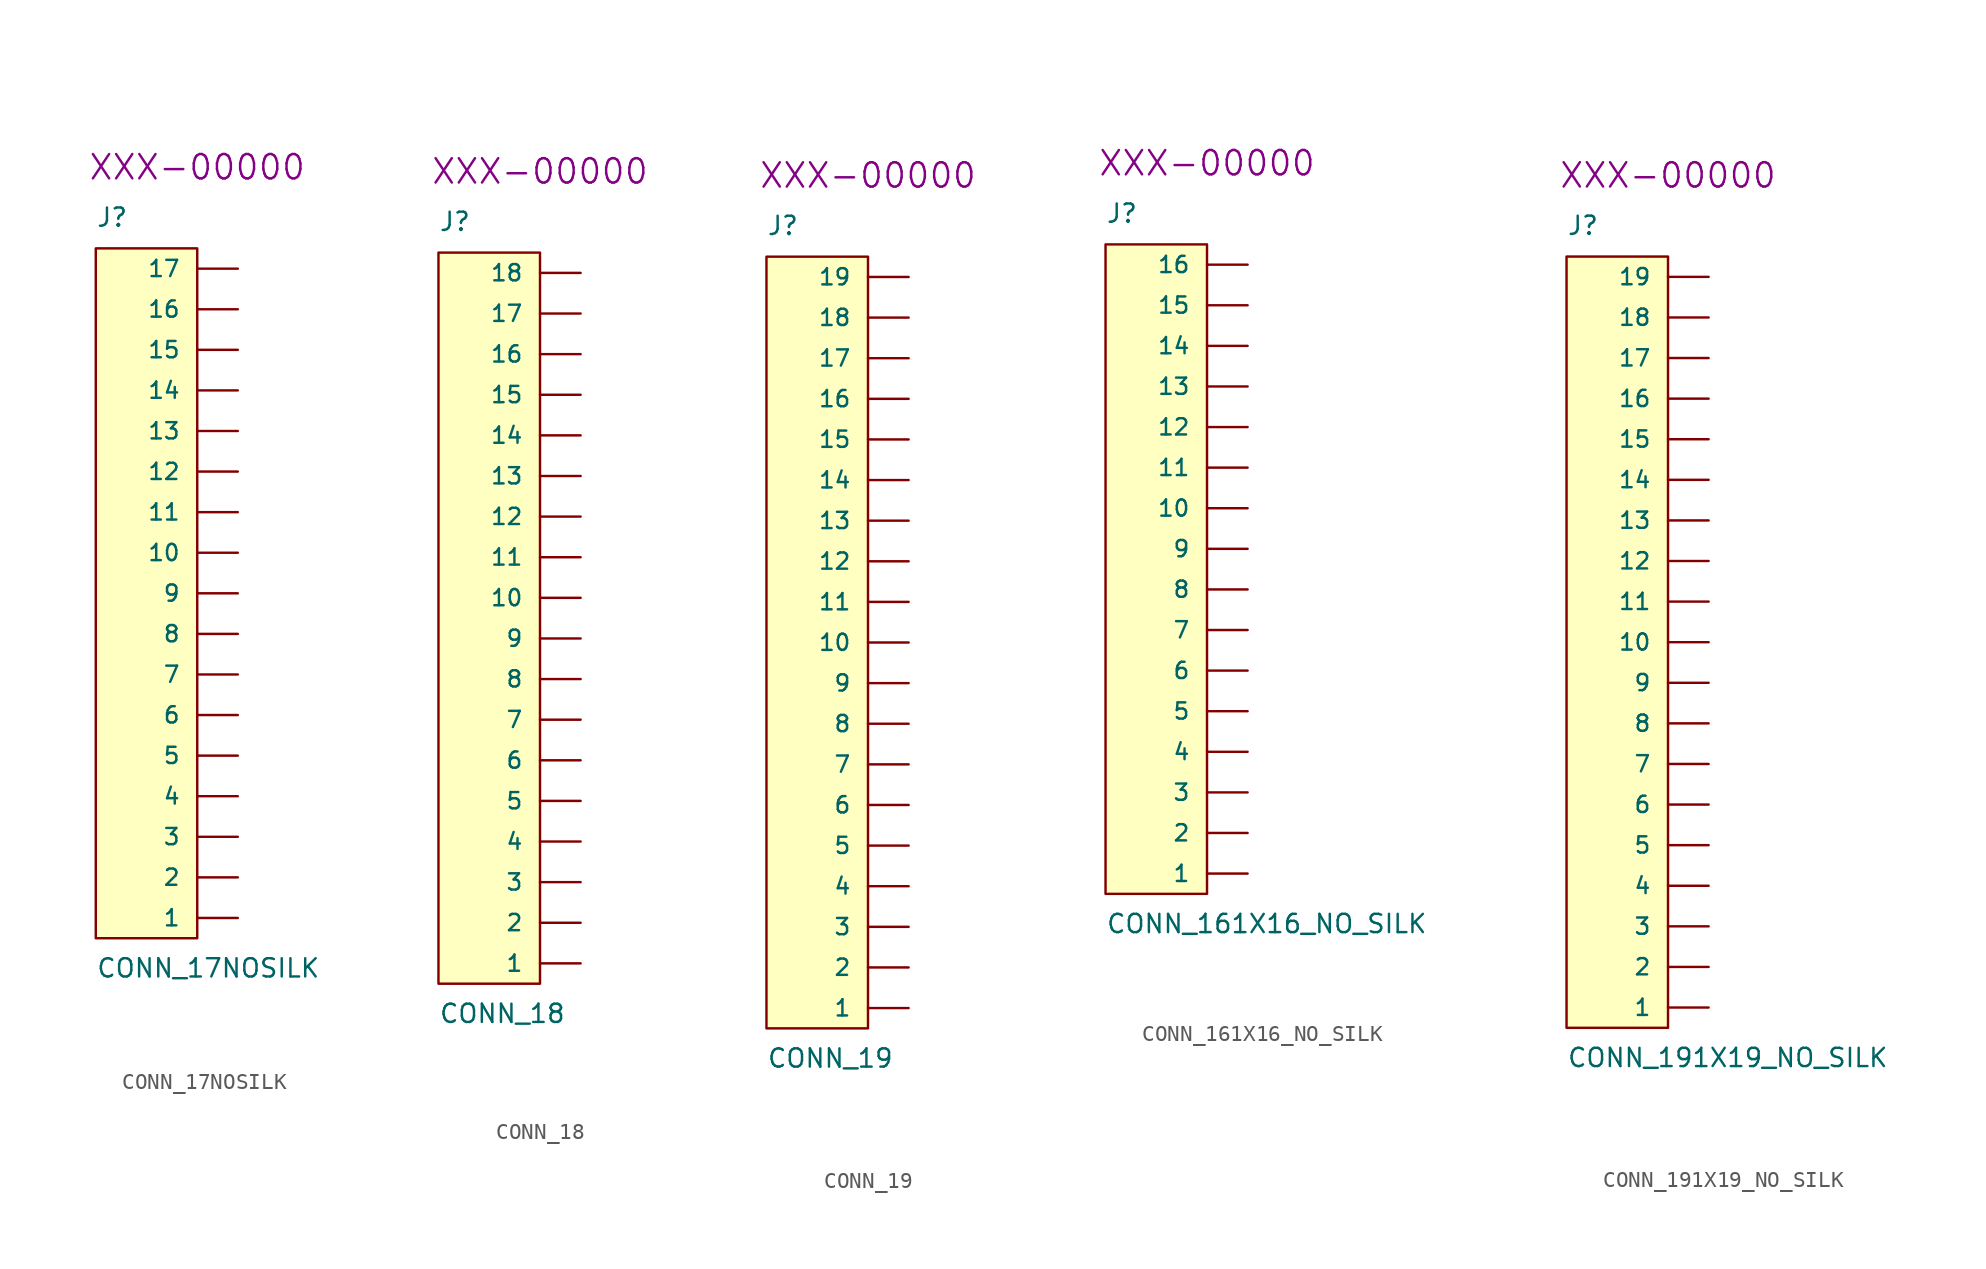
<source format=kicad_sym>
(kicad_symbol_lib
  (version 20220914)
  (generator kicad_symbol_editor)
  (symbol "CONN_17NOSILK"
    (pin_numbers hide)
    (pin_names
      (offset 1.016))
    (property "Reference" "J"
      (at -6.35 43.18 0)
      (effects (font (size 1.143 1.143)) (justify left bottom)))
    (property "Value" "CONN_17NOSILK"
      (at -6.35 -3.81 0)
      (effects (font (size 1.143 1.143)) (justify left bottom)))
    (property "Field4" "XXX-00000"
      (at 0 46.99 0)
      (effects (font (size 1.524 1.524))))
    (property "ki_locked" ""
      (at 0 0 0)
      (effects (font (size 1.27 1.27))))
    (symbol "CONN_17NOSILK_0_1"
      (rectangle (start 0 -1.27) (end -6.35 41.91) (stroke (width 0) (type solid)) (fill (type background))))
    (symbol "CONN_17NOSILK_1_1"
      (pin passive line (at 2.54 0 180) (length 2.54) (name "1" (effects (font (size 1.016 1.016)))) (number "1" (effects (font (size 1.016 1.016)))))
      (pin passive line (at 2.54 22.86 180) (length 2.54) (name "10" (effects (font (size 1.016 1.016)))) (number "10" (effects (font (size 1.016 1.016)))))
      (pin passive line (at 2.54 25.4 180) (length 2.54) (name "11" (effects (font (size 1.016 1.016)))) (number "11" (effects (font (size 1.016 1.016)))))
      (pin passive line (at 2.54 27.94 180) (length 2.54) (name "12" (effects (font (size 1.016 1.016)))) (number "12" (effects (font (size 1.016 1.016)))))
      (pin passive line (at 2.54 30.48 180) (length 2.54) (name "13" (effects (font (size 1.016 1.016)))) (number "13" (effects (font (size 1.016 1.016)))))
      (pin passive line (at 2.54 33.02 180) (length 2.54) (name "14" (effects (font (size 1.016 1.016)))) (number "14" (effects (font (size 1.016 1.016)))))
      (pin passive line (at 2.54 35.56 180) (length 2.54) (name "15" (effects (font (size 1.016 1.016)))) (number "15" (effects (font (size 1.016 1.016)))))
      (pin passive line (at 2.54 38.1 180) (length 2.54) (name "16" (effects (font (size 1.016 1.016)))) (number "16" (effects (font (size 1.016 1.016)))))
      (pin passive line (at 2.54 40.64 180) (length 2.54) (name "17" (effects (font (size 1.016 1.016)))) (number "17" (effects (font (size 1.016 1.016)))))
      (pin passive line (at 2.54 2.54 180) (length 2.54) (name "2" (effects (font (size 1.016 1.016)))) (number "2" (effects (font (size 1.016 1.016)))))
      (pin passive line (at 2.54 5.08 180) (length 2.54) (name "3" (effects (font (size 1.016 1.016)))) (number "3" (effects (font (size 1.016 1.016)))))
      (pin passive line (at 2.54 7.62 180) (length 2.54) (name "4" (effects (font (size 1.016 1.016)))) (number "4" (effects (font (size 1.016 1.016)))))
      (pin passive line (at 2.54 10.16 180) (length 2.54) (name "5" (effects (font (size 1.016 1.016)))) (number "5" (effects (font (size 1.016 1.016)))))
      (pin passive line (at 2.54 12.7 180) (length 2.54) (name "6" (effects (font (size 1.016 1.016)))) (number "6" (effects (font (size 1.016 1.016)))))
      (pin passive line (at 2.54 15.24 180) (length 2.54) (name "7" (effects (font (size 1.016 1.016)))) (number "7" (effects (font (size 1.016 1.016)))))
      (pin passive line (at 2.54 17.78 180) (length 2.54) (name "8" (effects (font (size 1.016 1.016)))) (number "8" (effects (font (size 1.016 1.016)))))
      (pin passive line (at 2.54 20.32 180) (length 2.54) (name "9" (effects (font (size 1.016 1.016)))) (number "9" (effects (font (size 1.016 1.016)))))))
  (symbol "CONN_18"
    (pin_numbers hide)
    (pin_names
      (offset 1.016))
    (property "Reference" "J"
      (at -6.35 45.72 0)
      (effects (font (size 1.143 1.143)) (justify left bottom)))
    (property "Value" "CONN_18"
      (at -6.35 -3.81 0)
      (effects (font (size 1.143 1.143)) (justify left bottom)))
    (property "Field4" "XXX-00000"
      (at 0 49.53 0)
      (effects (font (size 1.524 1.524))))
    (property "ki_locked" ""
      (at 0 0 0)
      (effects (font (size 1.27 1.27))))
    (symbol "CONN_18_0_1"
      (rectangle (start 0 -1.27) (end -6.35 44.45) (stroke (width 0) (type solid)) (fill (type background))))
    (symbol "CONN_18_1_1"
      (pin passive line (at 2.54 0 180) (length 2.54) (name "1" (effects (font (size 1.016 1.016)))) (number "1" (effects (font (size 1.016 1.016)))))
      (pin passive line (at 2.54 22.86 180) (length 2.54) (name "10" (effects (font (size 1.016 1.016)))) (number "10" (effects (font (size 1.016 1.016)))))
      (pin passive line (at 2.54 25.4 180) (length 2.54) (name "11" (effects (font (size 1.016 1.016)))) (number "11" (effects (font (size 1.016 1.016)))))
      (pin passive line (at 2.54 27.94 180) (length 2.54) (name "12" (effects (font (size 1.016 1.016)))) (number "12" (effects (font (size 1.016 1.016)))))
      (pin passive line (at 2.54 30.48 180) (length 2.54) (name "13" (effects (font (size 1.016 1.016)))) (number "13" (effects (font (size 1.016 1.016)))))
      (pin passive line (at 2.54 33.02 180) (length 2.54) (name "14" (effects (font (size 1.016 1.016)))) (number "14" (effects (font (size 1.016 1.016)))))
      (pin passive line (at 2.54 35.56 180) (length 2.54) (name "15" (effects (font (size 1.016 1.016)))) (number "15" (effects (font (size 1.016 1.016)))))
      (pin passive line (at 2.54 38.1 180) (length 2.54) (name "16" (effects (font (size 1.016 1.016)))) (number "16" (effects (font (size 1.016 1.016)))))
      (pin passive line (at 2.54 40.64 180) (length 2.54) (name "17" (effects (font (size 1.016 1.016)))) (number "17" (effects (font (size 1.016 1.016)))))
      (pin passive line (at 2.54 43.18 180) (length 2.54) (name "18" (effects (font (size 1.016 1.016)))) (number "18" (effects (font (size 1.016 1.016)))))
      (pin passive line (at 2.54 2.54 180) (length 2.54) (name "2" (effects (font (size 1.016 1.016)))) (number "2" (effects (font (size 1.016 1.016)))))
      (pin passive line (at 2.54 5.08 180) (length 2.54) (name "3" (effects (font (size 1.016 1.016)))) (number "3" (effects (font (size 1.016 1.016)))))
      (pin passive line (at 2.54 7.62 180) (length 2.54) (name "4" (effects (font (size 1.016 1.016)))) (number "4" (effects (font (size 1.016 1.016)))))
      (pin passive line (at 2.54 10.16 180) (length 2.54) (name "5" (effects (font (size 1.016 1.016)))) (number "5" (effects (font (size 1.016 1.016)))))
      (pin passive line (at 2.54 12.7 180) (length 2.54) (name "6" (effects (font (size 1.016 1.016)))) (number "6" (effects (font (size 1.016 1.016)))))
      (pin passive line (at 2.54 15.24 180) (length 2.54) (name "7" (effects (font (size 1.016 1.016)))) (number "7" (effects (font (size 1.016 1.016)))))
      (pin passive line (at 2.54 17.78 180) (length 2.54) (name "8" (effects (font (size 1.016 1.016)))) (number "8" (effects (font (size 1.016 1.016)))))
      (pin passive line (at 2.54 20.32 180) (length 2.54) (name "9" (effects (font (size 1.016 1.016)))) (number "9" (effects (font (size 1.016 1.016)))))))
  (symbol "CONN_19"
    (pin_numbers hide)
    (pin_names
      (offset 1.016))
    (property "Reference" "J"
      (at -6.35 48.26 0)
      (effects (font (size 1.143 1.143)) (justify left bottom)))
    (property "Value" "CONN_19"
      (at -6.35 -3.81 0)
      (effects (font (size 1.143 1.143)) (justify left bottom)))
    (property "Field4" "XXX-00000"
      (at 0 52.07 0)
      (effects (font (size 1.524 1.524))))
    (property "ki_locked" ""
      (at 0 0 0)
      (effects (font (size 1.27 1.27))))
    (symbol "CONN_19_0_1"
      (rectangle (start 0 -1.27) (end -6.35 46.99) (stroke (width 0) (type solid)) (fill (type background))))
    (symbol "CONN_19_1_1"
      (pin passive line (at 2.54 0 180) (length 2.54) (name "1" (effects (font (size 1.016 1.016)))) (number "1" (effects (font (size 1.016 1.016)))))
      (pin passive line (at 2.54 22.86 180) (length 2.54) (name "10" (effects (font (size 1.016 1.016)))) (number "10" (effects (font (size 1.016 1.016)))))
      (pin passive line (at 2.54 25.4 180) (length 2.54) (name "11" (effects (font (size 1.016 1.016)))) (number "11" (effects (font (size 1.016 1.016)))))
      (pin passive line (at 2.54 27.94 180) (length 2.54) (name "12" (effects (font (size 1.016 1.016)))) (number "12" (effects (font (size 1.016 1.016)))))
      (pin passive line (at 2.54 30.48 180) (length 2.54) (name "13" (effects (font (size 1.016 1.016)))) (number "13" (effects (font (size 1.016 1.016)))))
      (pin passive line (at 2.54 33.02 180) (length 2.54) (name "14" (effects (font (size 1.016 1.016)))) (number "14" (effects (font (size 1.016 1.016)))))
      (pin passive line (at 2.54 35.56 180) (length 2.54) (name "15" (effects (font (size 1.016 1.016)))) (number "15" (effects (font (size 1.016 1.016)))))
      (pin passive line (at 2.54 38.1 180) (length 2.54) (name "16" (effects (font (size 1.016 1.016)))) (number "16" (effects (font (size 1.016 1.016)))))
      (pin passive line (at 2.54 40.64 180) (length 2.54) (name "17" (effects (font (size 1.016 1.016)))) (number "17" (effects (font (size 1.016 1.016)))))
      (pin passive line (at 2.54 43.18 180) (length 2.54) (name "18" (effects (font (size 1.016 1.016)))) (number "18" (effects (font (size 1.016 1.016)))))
      (pin passive line (at 2.54 45.72 180) (length 2.54) (name "19" (effects (font (size 1.016 1.016)))) (number "19" (effects (font (size 1.016 1.016)))))
      (pin passive line (at 2.54 2.54 180) (length 2.54) (name "2" (effects (font (size 1.016 1.016)))) (number "2" (effects (font (size 1.016 1.016)))))
      (pin passive line (at 2.54 5.08 180) (length 2.54) (name "3" (effects (font (size 1.016 1.016)))) (number "3" (effects (font (size 1.016 1.016)))))
      (pin passive line (at 2.54 7.62 180) (length 2.54) (name "4" (effects (font (size 1.016 1.016)))) (number "4" (effects (font (size 1.016 1.016)))))
      (pin passive line (at 2.54 10.16 180) (length 2.54) (name "5" (effects (font (size 1.016 1.016)))) (number "5" (effects (font (size 1.016 1.016)))))
      (pin passive line (at 2.54 12.7 180) (length 2.54) (name "6" (effects (font (size 1.016 1.016)))) (number "6" (effects (font (size 1.016 1.016)))))
      (pin passive line (at 2.54 15.24 180) (length 2.54) (name "7" (effects (font (size 1.016 1.016)))) (number "7" (effects (font (size 1.016 1.016)))))
      (pin passive line (at 2.54 17.78 180) (length 2.54) (name "8" (effects (font (size 1.016 1.016)))) (number "8" (effects (font (size 1.016 1.016)))))
      (pin passive line (at 2.54 20.32 180) (length 2.54) (name "9" (effects (font (size 1.016 1.016)))) (number "9" (effects (font (size 1.016 1.016)))))))
  (symbol "CONN_161X16_NO_SILK"
    (pin_numbers hide)
    (pin_names
      (offset 1.016))
    (property "Reference" "J"
      (at -6.35 40.64 0)
      (effects (font (size 1.143 1.143)) (justify left bottom)))
    (property "Value" "CONN_161X16_NO_SILK"
      (at -6.35 -3.81 0)
      (effects (font (size 1.143 1.143)) (justify left bottom)))
    (property "Field4" "XXX-00000"
      (at 0 44.45 0)
      (effects (font (size 1.524 1.524))))
    (property "ki_locked" ""
      (at 0 0 0)
      (effects (font (size 1.27 1.27))))
    (symbol "CONN_161X16_NO_SILK_0_1"
      (rectangle (start 0 -1.27) (end -6.35 39.37) (stroke (width 0) (type solid)) (fill (type background))))
    (symbol "CONN_161X16_NO_SILK_1_1"
      (pin passive line (at 2.54 0 180) (length 2.54) (name "1" (effects (font (size 1.016 1.016)))) (number "1" (effects (font (size 1.016 1.016)))))
      (pin passive line (at 2.54 22.86 180) (length 2.54) (name "10" (effects (font (size 1.016 1.016)))) (number "10" (effects (font (size 1.016 1.016)))))
      (pin passive line (at 2.54 25.4 180) (length 2.54) (name "11" (effects (font (size 1.016 1.016)))) (number "11" (effects (font (size 1.016 1.016)))))
      (pin passive line (at 2.54 27.94 180) (length 2.54) (name "12" (effects (font (size 1.016 1.016)))) (number "12" (effects (font (size 1.016 1.016)))))
      (pin passive line (at 2.54 30.48 180) (length 2.54) (name "13" (effects (font (size 1.016 1.016)))) (number "13" (effects (font (size 1.016 1.016)))))
      (pin passive line (at 2.54 33.02 180) (length 2.54) (name "14" (effects (font (size 1.016 1.016)))) (number "14" (effects (font (size 1.016 1.016)))))
      (pin passive line (at 2.54 35.56 180) (length 2.54) (name "15" (effects (font (size 1.016 1.016)))) (number "15" (effects (font (size 1.016 1.016)))))
      (pin passive line (at 2.54 38.1 180) (length 2.54) (name "16" (effects (font (size 1.016 1.016)))) (number "16" (effects (font (size 1.016 1.016)))))
      (pin passive line (at 2.54 2.54 180) (length 2.54) (name "2" (effects (font (size 1.016 1.016)))) (number "2" (effects (font (size 1.016 1.016)))))
      (pin passive line (at 2.54 5.08 180) (length 2.54) (name "3" (effects (font (size 1.016 1.016)))) (number "3" (effects (font (size 1.016 1.016)))))
      (pin passive line (at 2.54 7.62 180) (length 2.54) (name "4" (effects (font (size 1.016 1.016)))) (number "4" (effects (font (size 1.016 1.016)))))
      (pin passive line (at 2.54 10.16 180) (length 2.54) (name "5" (effects (font (size 1.016 1.016)))) (number "5" (effects (font (size 1.016 1.016)))))
      (pin passive line (at 2.54 12.7 180) (length 2.54) (name "6" (effects (font (size 1.016 1.016)))) (number "6" (effects (font (size 1.016 1.016)))))
      (pin passive line (at 2.54 15.24 180) (length 2.54) (name "7" (effects (font (size 1.016 1.016)))) (number "7" (effects (font (size 1.016 1.016)))))
      (pin passive line (at 2.54 17.78 180) (length 2.54) (name "8" (effects (font (size 1.016 1.016)))) (number "8" (effects (font (size 1.016 1.016)))))
      (pin passive line (at 2.54 20.32 180) (length 2.54) (name "9" (effects (font (size 1.016 1.016)))) (number "9" (effects (font (size 1.016 1.016)))))))
  (symbol "CONN_191X19_NO_SILK"
    (pin_numbers hide)
    (pin_names
      (offset 1.016))
    (property "Reference" "J"
      (at -6.35 48.26 0)
      (effects (font (size 1.143 1.143)) (justify left bottom)))
    (property "Value" "CONN_191X19_NO_SILK"
      (at -6.35 -3.81 0)
      (effects (font (size 1.143 1.143)) (justify left bottom)))
    (property "Field4" "XXX-00000"
      (at 0 52.07 0)
      (effects (font (size 1.524 1.524))))
    (property "ki_locked" ""
      (at 0 0 0)
      (effects (font (size 1.27 1.27))))
    (symbol "CONN_191X19_NO_SILK_0_1"
      (rectangle (start 0 -1.27) (end -6.35 46.99) (stroke (width 0) (type solid)) (fill (type background))))
    (symbol "CONN_191X19_NO_SILK_1_1"
      (pin passive line (at 2.54 0 180) (length 2.54) (name "1" (effects (font (size 1.016 1.016)))) (number "1" (effects (font (size 1.016 1.016)))))
      (pin passive line (at 2.54 22.86 180) (length 2.54) (name "10" (effects (font (size 1.016 1.016)))) (number "10" (effects (font (size 1.016 1.016)))))
      (pin passive line (at 2.54 25.4 180) (length 2.54) (name "11" (effects (font (size 1.016 1.016)))) (number "11" (effects (font (size 1.016 1.016)))))
      (pin passive line (at 2.54 27.94 180) (length 2.54) (name "12" (effects (font (size 1.016 1.016)))) (number "12" (effects (font (size 1.016 1.016)))))
      (pin passive line (at 2.54 30.48 180) (length 2.54) (name "13" (effects (font (size 1.016 1.016)))) (number "13" (effects (font (size 1.016 1.016)))))
      (pin passive line (at 2.54 33.02 180) (length 2.54) (name "14" (effects (font (size 1.016 1.016)))) (number "14" (effects (font (size 1.016 1.016)))))
      (pin passive line (at 2.54 35.56 180) (length 2.54) (name "15" (effects (font (size 1.016 1.016)))) (number "15" (effects (font (size 1.016 1.016)))))
      (pin passive line (at 2.54 38.1 180) (length 2.54) (name "16" (effects (font (size 1.016 1.016)))) (number "16" (effects (font (size 1.016 1.016)))))
      (pin passive line (at 2.54 40.64 180) (length 2.54) (name "17" (effects (font (size 1.016 1.016)))) (number "17" (effects (font (size 1.016 1.016)))))
      (pin passive line (at 2.54 43.18 180) (length 2.54) (name "18" (effects (font (size 1.016 1.016)))) (number "18" (effects (font (size 1.016 1.016)))))
      (pin passive line (at 2.54 45.72 180) (length 2.54) (name "19" (effects (font (size 1.016 1.016)))) (number "19" (effects (font (size 1.016 1.016)))))
      (pin passive line (at 2.54 2.54 180) (length 2.54) (name "2" (effects (font (size 1.016 1.016)))) (number "2" (effects (font (size 1.016 1.016)))))
      (pin passive line (at 2.54 5.08 180) (length 2.54) (name "3" (effects (font (size 1.016 1.016)))) (number "3" (effects (font (size 1.016 1.016)))))
      (pin passive line (at 2.54 7.62 180) (length 2.54) (name "4" (effects (font (size 1.016 1.016)))) (number "4" (effects (font (size 1.016 1.016)))))
      (pin passive line (at 2.54 10.16 180) (length 2.54) (name "5" (effects (font (size 1.016 1.016)))) (number "5" (effects (font (size 1.016 1.016)))))
      (pin passive line (at 2.54 12.7 180) (length 2.54) (name "6" (effects (font (size 1.016 1.016)))) (number "6" (effects (font (size 1.016 1.016)))))
      (pin passive line (at 2.54 15.24 180) (length 2.54) (name "7" (effects (font (size 1.016 1.016)))) (number "7" (effects (font (size 1.016 1.016)))))
      (pin passive line (at 2.54 17.78 180) (length 2.54) (name "8" (effects (font (size 1.016 1.016)))) (number "8" (effects (font (size 1.016 1.016)))))
      (pin passive line (at 2.54 20.32 180) (length 2.54) (name "9" (effects (font (size 1.016 1.016)))) (number "9" (effects (font (size 1.016 1.016))))))))
</source>
